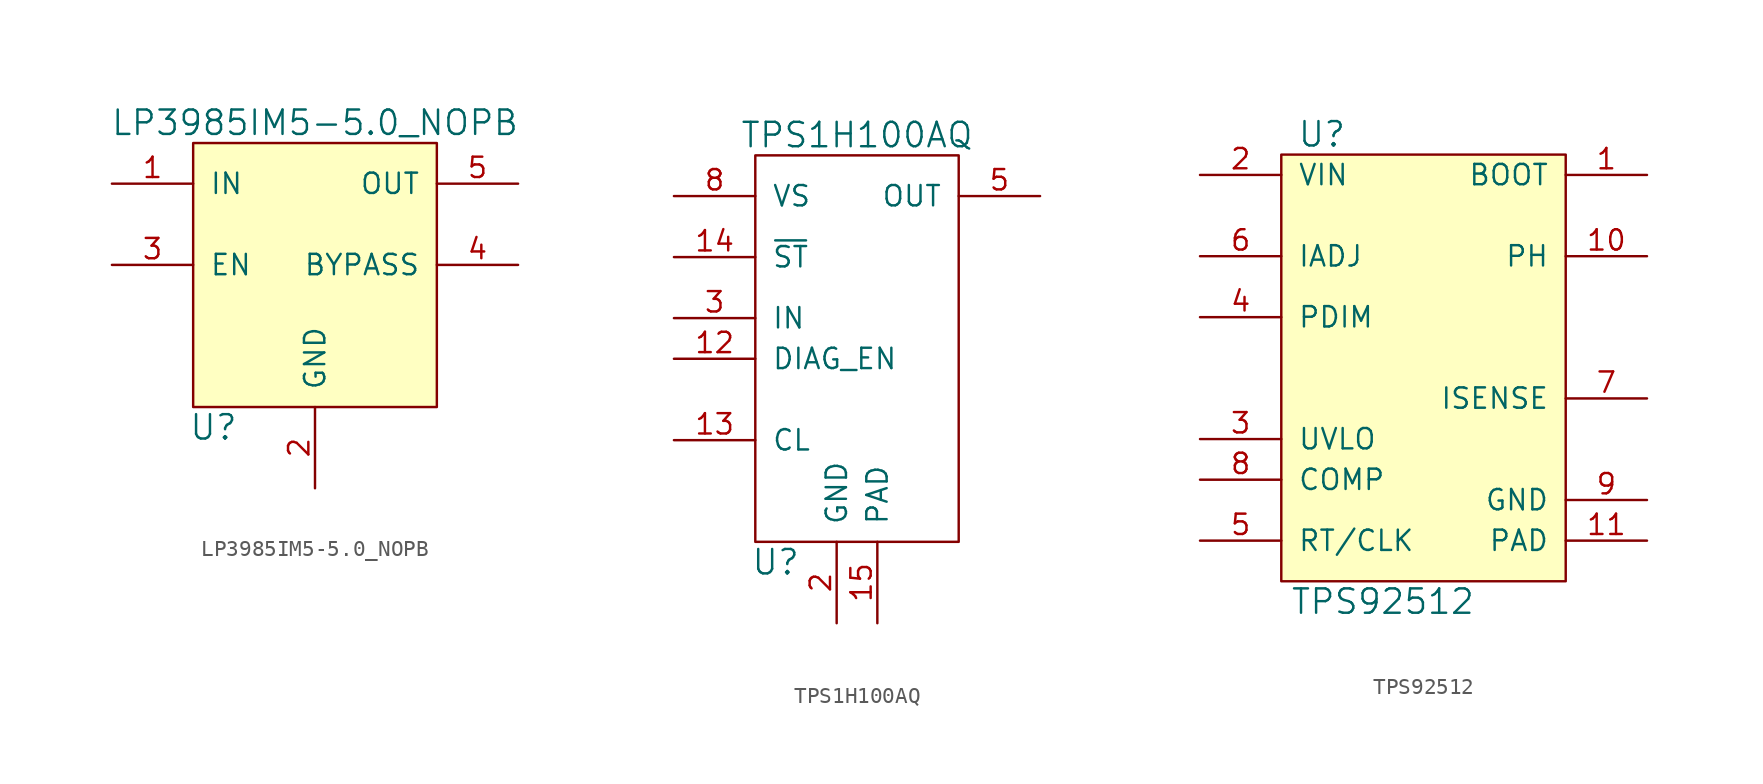
<source format=kicad_sym>
(kicad_symbol_lib
  (version 20231120)
  (generator "kicad_symbol_editor")
  (generator_version "8.0")
  (symbol "LP3985IM5-5.0_NOPB"
    (pin_names
      (offset 1.016))
    (property "Reference" "U"
      (at -6.35 -10.16 0)
      (effects (font (size 1.524 1.524))))
    (property "Value" "LP3985IM5-5.0_NOPB"
      (at 0 8.89 0)
      (effects (font (size 1.524 1.524))))
    (symbol "LP3985IM5-5.0_NOPB_0_1"
      (rectangle (start -7.62 7.62) (end 7.62 -8.89) (stroke (width 0) (type solid)) (fill (type background))))
    (symbol "LP3985IM5-5.0_NOPB_1_1"
      (pin power_in line (at -12.7 5.08 0) (length 5.08) (name "IN" (effects (font (size 1.27 1.27)))) (number "1" (effects (font (size 1.27 1.27)))))
      (pin power_in line (at 0 -13.97 90) (length 5.08) (name "GND" (effects (font (size 1.27 1.27)))) (number "2" (effects (font (size 1.27 1.27)))))
      (pin input line (at -12.7 0 0) (length 5.08) (name "EN" (effects (font (size 1.27 1.27)))) (number "3" (effects (font (size 1.27 1.27)))))
      (pin passive line (at 12.7 0 180) (length 5.08) (name "BYPASS" (effects (font (size 1.27 1.27)))) (number "4" (effects (font (size 1.27 1.27)))))
      (pin power_out line (at 12.7 5.08 180) (length 5.08) (name "OUT" (effects (font (size 1.27 1.27)))) (number "5" (effects (font (size 1.27 1.27)))))))
  (symbol "TPS1H100AQ"
    (pin_names
      (offset 1.016))
    (property "Reference" "U"
      (at -5.08 -13.97 0)
      (effects (font (size 1.524 1.524))))
    (property "Value" "TPS1H100AQ"
      (at 0 12.7 0)
      (effects (font (size 1.524 1.524))))
    (symbol "TPS1H100AQ_0_1"
      (rectangle (start -6.35 11.43) (end 6.35 -12.7) (stroke (width 0) (type solid)) (fill (type none))))
    (symbol "TPS1H100AQ_1_1"
      (pin no_connect line (at 11.43 -2.54 180) (length 5.08) hide (name "NC" (effects (font (size 1.27 1.27)))) (number "1" (effects (font (size 1.27 1.27)))))
      (pin passive line (at -11.43 8.89 0) (length 5.08) hide (name "VS" (effects (font (size 1.27 1.27)))) (number "10" (effects (font (size 1.27 1.27)))))
      (pin no_connect line (at 11.43 2.54 180) (length 5.08) hide (name "NC" (effects (font (size 1.27 1.27)))) (number "11" (effects (font (size 1.27 1.27)))))
      (pin input line (at -11.43 -1.27 0) (length 5.08) (name "DIAG_EN" (effects (font (size 1.27 1.27)))) (number "12" (effects (font (size 1.27 1.27)))))
      (pin output line (at -11.43 -6.35 0) (length 5.08) (name "CL" (effects (font (size 1.27 1.27)))) (number "13" (effects (font (size 1.27 1.27)))))
      (pin output line (at -11.43 5.08 0) (length 5.08) (name "~{ST}" (effects (font (size 1.27 1.27)))) (number "14" (effects (font (size 1.27 1.27)))))
      (pin output line (at 1.27 -17.78 90) (length 5.08) (name "PAD" (effects (font (size 1.27 1.27)))) (number "15" (effects (font (size 1.27 1.27)))))
      (pin power_in line (at -1.27 -17.78 90) (length 5.08) (name "GND" (effects (font (size 1.27 1.27)))) (number "2" (effects (font (size 1.27 1.27)))))
      (pin input line (at -11.43 1.27 0) (length 5.08) (name "IN" (effects (font (size 1.27 1.27)))) (number "3" (effects (font (size 1.27 1.27)))))
      (pin no_connect line (at 11.43 0 180) (length 5.08) hide (name "NC" (effects (font (size 1.27 1.27)))) (number "4" (effects (font (size 1.27 1.27)))))
      (pin power_out line (at 11.43 8.89 180) (length 5.08) (name "OUT" (effects (font (size 1.27 1.27)))) (number "5" (effects (font (size 1.27 1.27)))))
      (pin passive line (at 11.43 8.89 180) (length 5.08) hide (name "OUT" (effects (font (size 1.27 1.27)))) (number "6" (effects (font (size 1.27 1.27)))))
      (pin passive line (at 11.43 8.89 180) (length 5.08) hide (name "OUT" (effects (font (size 1.27 1.27)))) (number "7" (effects (font (size 1.27 1.27)))))
      (pin power_in line (at -11.43 8.89 0) (length 5.08) (name "VS" (effects (font (size 1.27 1.27)))) (number "8" (effects (font (size 1.27 1.27)))))
      (pin passive line (at -11.43 8.89 0) (length 5.08) hide (name "VS" (effects (font (size 1.27 1.27)))) (number "9" (effects (font (size 1.27 1.27)))))))
  (symbol "TPS92512"
    (pin_names
      (offset 1.016))
    (property "Reference" "U"
      (at -6.35 15.24 0)
      (effects (font (size 1.524 1.524))))
    (property "Value" "TPS92512"
      (at -2.54 -13.97 0)
      (effects (font (size 1.524 1.524))))
    (symbol "TPS92512_0_1"
      (rectangle (start -8.89 13.97) (end 8.89 -12.7) (stroke (width 0) (type solid)) (fill (type background))))
    (symbol "TPS92512_1_1"
      (pin output line (at 13.97 12.7 180) (length 5.08) (name "BOOT" (effects (font (size 1.27 1.27)))) (number "1" (effects (font (size 1.27 1.27)))))
      (pin power_out line (at 13.97 7.62 180) (length 5.08) (name "PH" (effects (font (size 1.27 1.27)))) (number "10" (effects (font (size 1.27 1.27)))))
      (pin power_in line (at 13.97 -10.16 180) (length 5.08) (name "PAD" (effects (font (size 1.27 1.27)))) (number "11" (effects (font (size 1.27 1.27)))))
      (pin power_in line (at -13.97 12.7 0) (length 5.08) (name "VIN" (effects (font (size 1.27 1.27)))) (number "2" (effects (font (size 1.27 1.27)))))
      (pin input line (at -13.97 -3.81 0) (length 5.08) (name "UVLO" (effects (font (size 1.27 1.27)))) (number "3" (effects (font (size 1.27 1.27)))))
      (pin input line (at -13.97 3.81 0) (length 5.08) (name "PDIM" (effects (font (size 1.27 1.27)))) (number "4" (effects (font (size 1.27 1.27)))))
      (pin input line (at -13.97 -10.16 0) (length 5.08) (name "RT/CLK" (effects (font (size 1.27 1.27)))) (number "5" (effects (font (size 1.27 1.27)))))
      (pin input line (at -13.97 7.62 0) (length 5.08) (name "IADJ" (effects (font (size 1.27 1.27)))) (number "6" (effects (font (size 1.27 1.27)))))
      (pin input line (at 13.97 -1.27 180) (length 5.08) (name "ISENSE" (effects (font (size 1.27 1.27)))) (number "7" (effects (font (size 1.27 1.27)))))
      (pin output line (at -13.97 -6.35 0) (length 5.08) (name "COMP" (effects (font (size 1.27 1.27)))) (number "8" (effects (font (size 1.27 1.27)))))
      (pin power_in line (at 13.97 -7.62 180) (length 5.08) (name "GND" (effects (font (size 1.27 1.27)))) (number "9" (effects (font (size 1.27 1.27))))))))
</source>
